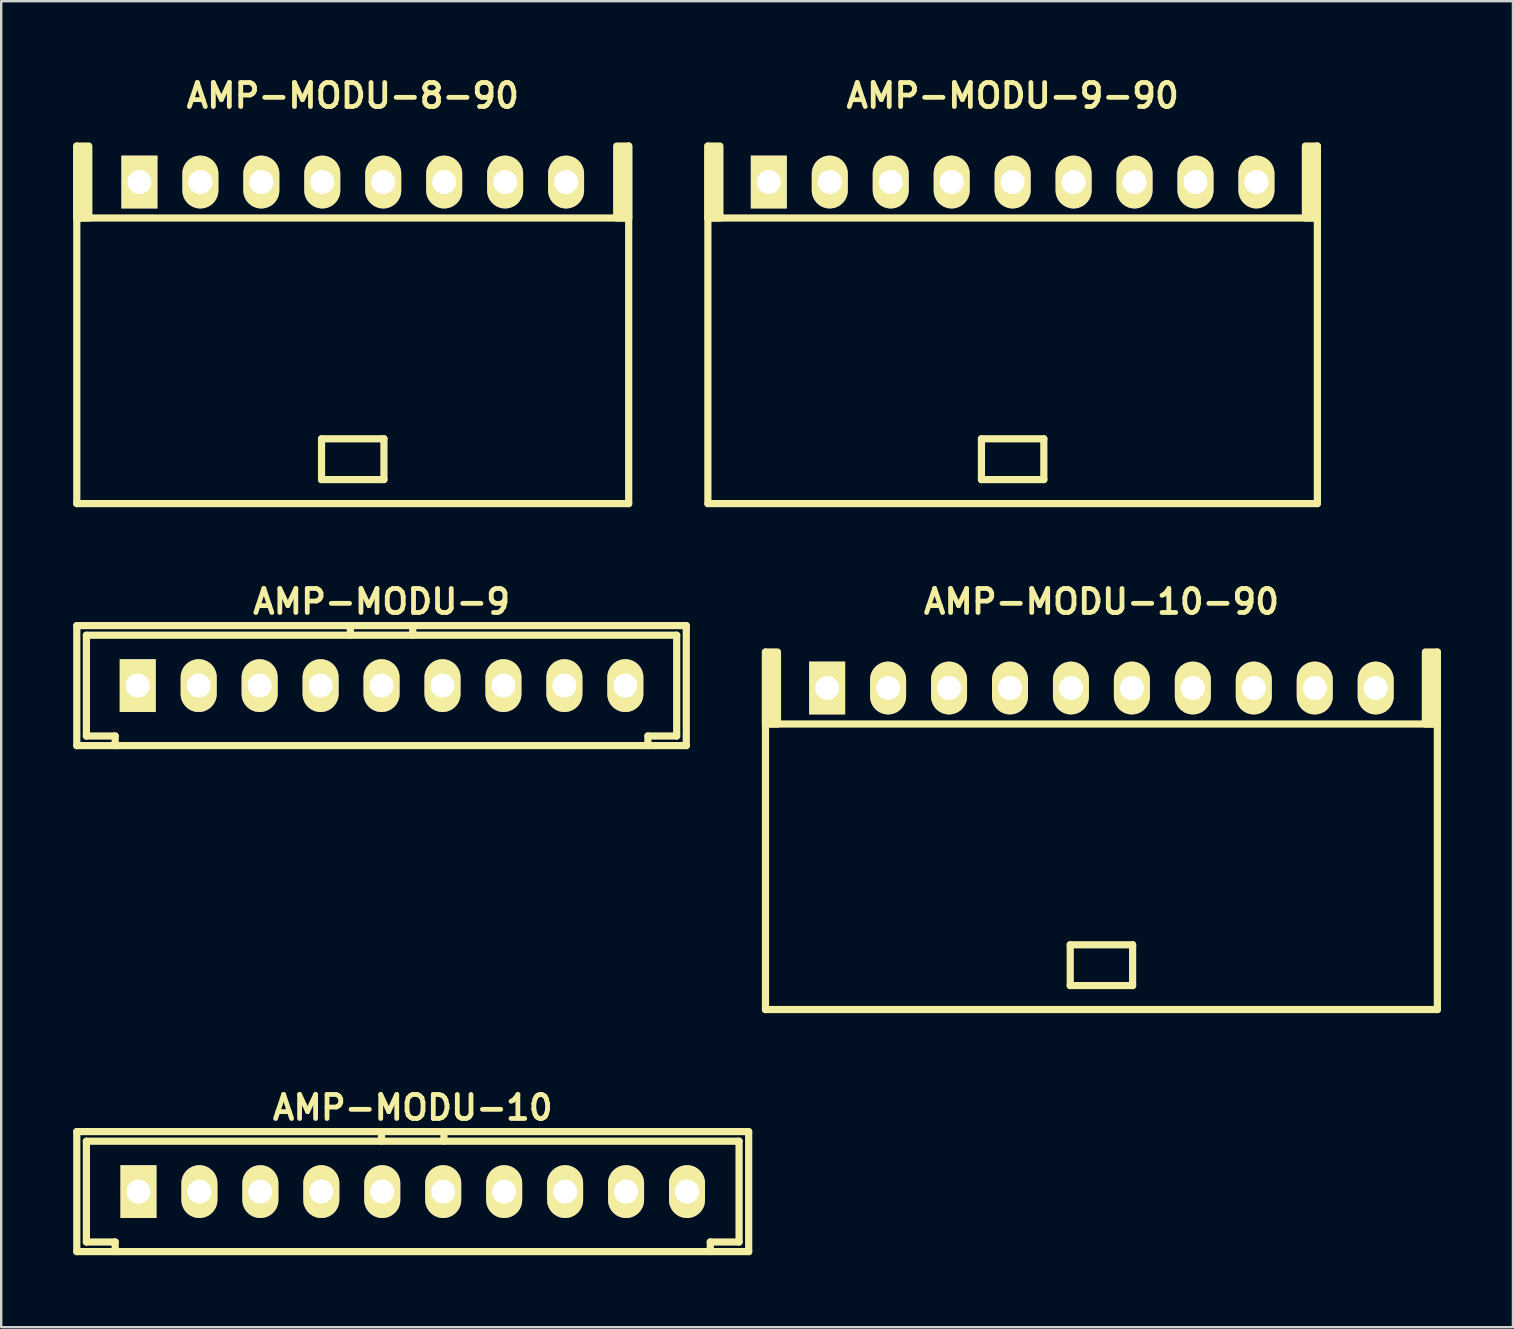
<source format=kicad_pcb>
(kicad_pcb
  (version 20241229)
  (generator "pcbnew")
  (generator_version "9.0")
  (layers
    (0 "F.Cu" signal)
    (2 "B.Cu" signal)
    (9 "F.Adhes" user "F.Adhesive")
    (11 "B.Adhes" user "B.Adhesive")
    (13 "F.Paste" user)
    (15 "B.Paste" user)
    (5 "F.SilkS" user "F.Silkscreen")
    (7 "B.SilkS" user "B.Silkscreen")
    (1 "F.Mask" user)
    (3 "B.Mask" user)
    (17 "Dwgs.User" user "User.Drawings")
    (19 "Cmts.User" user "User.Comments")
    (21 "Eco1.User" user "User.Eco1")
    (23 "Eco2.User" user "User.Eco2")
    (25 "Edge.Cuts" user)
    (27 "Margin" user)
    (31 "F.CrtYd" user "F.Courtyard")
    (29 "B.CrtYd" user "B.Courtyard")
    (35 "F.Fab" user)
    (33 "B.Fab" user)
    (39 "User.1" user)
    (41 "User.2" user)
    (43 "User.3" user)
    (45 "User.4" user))
  (footprint "AMP-MODU-9"
    (layer "F.Cu")
    (at 12.85 25.522)
    (property "Reference" "AMP-MODU-9" (at 0 -3.5 0) (layer "F.SilkS") (effects (font (size 1 1) (thickness 0.2))))
    (attr through_hole)
    (fp_line (start -12.7 -2.5) (end 12.7 -2.5) (stroke (width 0.3) (type solid)) (layer "F.SilkS"))
    (fp_line (start -12.7 2.5) (end -12.7 -2.5) (stroke (width 0.3) (type solid)) (layer "F.SilkS"))
    (fp_line (start -12.3 -2.1) (end -12.3 2.1) (stroke (width 0.3) (type solid)) (layer "F.SilkS"))
    (fp_line (start -12.3 -2.1) (end 12.3 -2.1) (stroke (width 0.3) (type solid)) (layer "F.SilkS"))
    (fp_line (start -11.1 2.1) (end -12.3 2.1) (stroke (width 0.3) (type solid)) (layer "F.SilkS"))
    (fp_line (start -11.1 2.1) (end -11.1 2.5) (stroke (width 0.3) (type solid)) (layer "F.SilkS"))
    (fp_line (start -1.3 -2.1) (end -1.3 -2.5) (stroke (width 0.3) (type solid)) (layer "F.SilkS"))
    (fp_line (start 1.3 -2.5) (end 1.3 -2.1) (stroke (width 0.3) (type solid)) (layer "F.SilkS"))
    (fp_line (start 11.1 2.5) (end 11.1 2.1) (stroke (width 0.3) (type solid)) (layer "F.SilkS"))
    (fp_line (start 12.3 2.1) (end 11.1 2.1) (stroke (width 0.3) (type solid)) (layer "F.SilkS"))
    (fp_line (start 12.3 2.1) (end 12.3 -2.1) (stroke (width 0.3) (type solid)) (layer "F.SilkS"))
    (fp_line (start 12.7 -2.5) (end 12.7 2.5) (stroke (width 0.3) (type solid)) (layer "F.SilkS"))
    (fp_line (start 12.7 2.5) (end -12.7 2.5) (stroke (width 0.3) (type solid)) (layer "F.SilkS"))
    (pad "1" thru_hole rect (at -10.16 0) (size 1.5 2.2) (drill 1) (layers "*.Cu" "*.Mask" "F.SilkS"))
    (pad "2" thru_hole oval (at -7.62 0) (size 1.5 2.2) (drill 1) (layers "*.Cu" "*.Mask" "F.SilkS"))
    (pad "3" thru_hole oval (at -5.08 0) (size 1.5 2.2) (drill 1) (layers "*.Cu" "*.Mask" "F.SilkS"))
    (pad "4" thru_hole oval (at -2.54 0) (size 1.5 2.2) (drill 1) (layers "*.Cu" "*.Mask" "F.SilkS"))
    (pad "5" thru_hole oval (at 0 0) (size 1.5 2.2) (drill 1) (layers "*.Cu" "*.Mask" "F.SilkS"))
    (pad "6" thru_hole oval (at 2.54 0) (size 1.5 2.2) (drill 1) (layers "*.Cu" "*.Mask" "F.SilkS"))
    (pad "7" thru_hole oval (at 5.08 0) (size 1.5 2.2) (drill 1) (layers "*.Cu" "*.Mask" "F.SilkS"))
    (pad "8" thru_hole oval (at 7.62 0) (size 1.5 2.2) (drill 1) (layers "*.Cu" "*.Mask" "F.SilkS"))
    (pad "9" thru_hole oval (at 10.16 0) (size 1.5 2.2) (drill 1) (layers "*.Cu" "*.Mask" "F.SilkS")))
  (footprint "AMP-MODU-8-90"
    (layer "F.Cu")
    (at 11.65 4.536)
    (property "Reference" "AMP-MODU-8-90" (at 0 -3.6 0) (layer "F.SilkS") (effects (font (size 1 1) (thickness 0.2))))
    (attr through_hole)
    (fp_line (start -11.5 -1.5) (end -11.5 13.4) (stroke (width 0.3) (type solid)) (layer "F.SilkS"))
    (fp_line (start -11.5 1.5) (end 11.5 1.5) (stroke (width 0.3) (type solid)) (layer "F.SilkS"))
    (fp_line (start -1.3 10.7) (end -1.3 12.4) (stroke (width 0.3) (type solid)) (layer "F.SilkS"))
    (fp_line (start -1.3 10.7) (end 1.3 10.7) (stroke (width 0.3) (type solid)) (layer "F.SilkS"))
    (fp_line (start -1.3 12.4) (end 1.3 12.4) (stroke (width 0.3) (type solid)) (layer "F.SilkS"))
    (fp_line (start 1.3 10.7) (end 1.3 12.4) (stroke (width 0.3) (type solid)) (layer "F.SilkS"))
    (fp_line (start 11.5 -1.5) (end 11.5 13.4) (stroke (width 0.3) (type solid)) (layer "F.SilkS"))
    (fp_line (start 11.5 13.4) (end -11.5 13.4) (stroke (width 0.3) (type solid)) (layer "F.SilkS"))
    (fp_poly (pts (xy -11 1.5) (xy -11.5 1.5) (xy -11.5 -1.5) (xy -11 -1.5)) (stroke (width 0.3) (type solid)) (fill yes) (layer "F.SilkS"))
    (fp_poly (pts (xy 11.5 1.5) (xy 11 1.5) (xy 11 -1.5) (xy 11.5 -1.5)) (stroke (width 0.3) (type solid)) (fill yes) (layer "F.SilkS"))
    (pad "1" thru_hole rect (at -8.89 0) (size 1.5 2.2) (drill 1) (layers "*.Cu" "*.Mask" "F.SilkS"))
    (pad "2" thru_hole oval (at -6.35 0) (size 1.5 2.2) (drill 1) (layers "*.Cu" "*.Mask" "F.SilkS"))
    (pad "3" thru_hole oval (at -3.81 0) (size 1.5 2.2) (drill 1) (layers "*.Cu" "*.Mask" "F.SilkS"))
    (pad "4" thru_hole oval (at -1.27 0) (size 1.5 2.2) (drill 1) (layers "*.Cu" "*.Mask" "F.SilkS"))
    (pad "5" thru_hole oval (at 1.27 0) (size 1.5 2.2) (drill 1) (layers "*.Cu" "*.Mask" "F.SilkS"))
    (pad "6" thru_hole oval (at 3.81 0) (size 1.5 2.2) (drill 1) (layers "*.Cu" "*.Mask" "F.SilkS"))
    (pad "7" thru_hole oval (at 6.35 0) (size 1.5 2.2) (drill 1) (layers "*.Cu" "*.Mask" "F.SilkS"))
    (pad "8" thru_hole oval (at 8.89 0) (size 1.5 2.2) (drill 1) (layers "*.Cu" "*.Mask" "F.SilkS")))
  (footprint "AMP-MODU-10-90"
    (layer "F.Cu")
    (at 42.85 25.622)
    (property "Reference" "AMP-MODU-10-90" (at 0 -3.6 0) (layer "F.SilkS") (effects (font (size 1 1) (thickness 0.2))))
    (attr through_hole)
    (fp_line (start -14 -1.5) (end -14 13.4) (stroke (width 0.3) (type solid)) (layer "F.SilkS"))
    (fp_line (start -1.3 10.7) (end -1.3 12.4) (stroke (width 0.3) (type solid)) (layer "F.SilkS"))
    (fp_line (start -1.3 10.7) (end 1.3 10.7) (stroke (width 0.3) (type solid)) (layer "F.SilkS"))
    (fp_line (start -1.3 12.4) (end 1.3 12.4) (stroke (width 0.3) (type solid)) (layer "F.SilkS"))
    (fp_line (start 1.3 10.7) (end 1.3 12.4) (stroke (width 0.3) (type solid)) (layer "F.SilkS"))
    (fp_line (start 14 -1.5) (end 14 13.4) (stroke (width 0.3) (type solid)) (layer "F.SilkS"))
    (fp_line (start 14 1.5) (end -14 1.5) (stroke (width 0.3) (type solid)) (layer "F.SilkS"))
    (fp_line (start 14 13.4) (end -14 13.4) (stroke (width 0.3) (type solid)) (layer "F.SilkS"))
    (fp_poly (pts (xy -13.5 1.5) (xy -14 1.5) (xy -14 -1.5) (xy -13.5 -1.5)) (stroke (width 0.3) (type solid)) (fill yes) (layer "F.SilkS"))
    (fp_poly (pts (xy 14 1.5) (xy 13.5 1.5) (xy 13.5 -1.5) (xy 14 -1.5)) (stroke (width 0.3) (type solid)) (fill yes) (layer "F.SilkS"))
    (pad "1" thru_hole rect (at -11.43 0) (size 1.5 2.2) (drill 1) (layers "*.Cu" "*.Mask" "F.SilkS"))
    (pad "2" thru_hole oval (at -8.89 0) (size 1.5 2.2) (drill 1) (layers "*.Cu" "*.Mask" "F.SilkS"))
    (pad "3" thru_hole oval (at -6.35 0) (size 1.5 2.2) (drill 1) (layers "*.Cu" "*.Mask" "F.SilkS"))
    (pad "4" thru_hole oval (at -3.81 0) (size 1.5 2.2) (drill 1) (layers "*.Cu" "*.Mask" "F.SilkS"))
    (pad "5" thru_hole oval (at -1.27 0) (size 1.5 2.2) (drill 1) (layers "*.Cu" "*.Mask" "F.SilkS"))
    (pad "6" thru_hole oval (at 1.27 0) (size 1.5 2.2) (drill 1) (layers "*.Cu" "*.Mask" "F.SilkS"))
    (pad "7" thru_hole oval (at 3.81 0) (size 1.5 2.2) (drill 1) (layers "*.Cu" "*.Mask" "F.SilkS"))
    (pad "8" thru_hole oval (at 6.35 0) (size 1.5 2.2) (drill 1) (layers "*.Cu" "*.Mask" "F.SilkS"))
    (pad "9" thru_hole oval (at 8.89 0) (size 1.5 2.2) (drill 1) (layers "*.Cu" "*.Mask" "F.SilkS"))
    (pad "10" thru_hole oval (at 11.43 0) (size 1.5 2.2) (drill 1) (layers "*.Cu" "*.Mask" "F.SilkS")))
  (footprint "AMP-MODU-9-90"
    (layer "F.Cu")
    (at 39.15 4.536)
    (property "Reference" "AMP-MODU-9-90" (at 0 -3.6 0) (layer "F.SilkS") (effects (font (size 1 1) (thickness 0.2))))
    (attr through_hole)
    (fp_line (start -12.7 -1.5) (end -12.7 13.4) (stroke (width 0.3) (type solid)) (layer "F.SilkS"))
    (fp_line (start -12.7 1.5) (end 12.7 1.5) (stroke (width 0.3) (type solid)) (layer "F.SilkS"))
    (fp_line (start -1.3 10.7) (end -1.3 12.4) (stroke (width 0.3) (type solid)) (layer "F.SilkS"))
    (fp_line (start -1.3 10.7) (end 1.3 10.7) (stroke (width 0.3) (type solid)) (layer "F.SilkS"))
    (fp_line (start -1.3 12.4) (end 1.3 12.4) (stroke (width 0.3) (type solid)) (layer "F.SilkS"))
    (fp_line (start 1.3 10.7) (end 1.3 12.4) (stroke (width 0.3) (type solid)) (layer "F.SilkS"))
    (fp_line (start 12.7 -1.5) (end 12.7 13.4) (stroke (width 0.3) (type solid)) (layer "F.SilkS"))
    (fp_line (start 12.7 13.4) (end -12.7 13.4) (stroke (width 0.3) (type solid)) (layer "F.SilkS"))
    (fp_poly (pts (xy -12.2 1.5) (xy -12.7 1.5) (xy -12.7 -1.5) (xy -12.2 -1.5)) (stroke (width 0.3) (type solid)) (fill yes) (layer "F.SilkS"))
    (fp_poly (pts (xy 12.7 1.5) (xy 12.2 1.5) (xy 12.2 -1.5) (xy 12.7 -1.5)) (stroke (width 0.3) (type solid)) (fill yes) (layer "F.SilkS"))
    (pad "1" thru_hole rect (at -10.16 0) (size 1.5 2.2) (drill 1) (layers "*.Cu" "*.Mask" "F.SilkS"))
    (pad "2" thru_hole oval (at -7.62 0) (size 1.5 2.2) (drill 1) (layers "*.Cu" "*.Mask" "F.SilkS"))
    (pad "3" thru_hole oval (at -5.08 0) (size 1.5 2.2) (drill 1) (layers "*.Cu" "*.Mask" "F.SilkS"))
    (pad "4" thru_hole oval (at -2.54 0) (size 1.5 2.2) (drill 1) (layers "*.Cu" "*.Mask" "F.SilkS"))
    (pad "5" thru_hole oval (at 0 0) (size 1.5 2.2) (drill 1) (layers "*.Cu" "*.Mask" "F.SilkS"))
    (pad "6" thru_hole oval (at 2.54 0) (size 1.5 2.2) (drill 1) (layers "*.Cu" "*.Mask" "F.SilkS"))
    (pad "7" thru_hole oval (at 5.08 0) (size 1.5 2.2) (drill 1) (layers "*.Cu" "*.Mask" "F.SilkS"))
    (pad "8" thru_hole oval (at 7.62 0) (size 1.5 2.2) (drill 1) (layers "*.Cu" "*.Mask" "F.SilkS"))
    (pad "9" thru_hole oval (at 10.16 0) (size 1.5 2.2) (drill 1) (layers "*.Cu" "*.Mask" "F.SilkS")))
  (footprint "AMP-MODU-10"
    (layer "F.Cu")
    (at 14.15 46.608)
    (property "Reference" "AMP-MODU-10" (at 0 -3.5 0) (layer "F.SilkS") (effects (font (size 1 1) (thickness 0.2))))
    (attr through_hole)
    (fp_line (start -14 -2.5) (end 14 -2.5) (stroke (width 0.3) (type solid)) (layer "F.SilkS"))
    (fp_line (start -14 2.5) (end -14 -2.5) (stroke (width 0.3) (type solid)) (layer "F.SilkS"))
    (fp_line (start -13.6 -2.1) (end -13.6 2.1) (stroke (width 0.3) (type solid)) (layer "F.SilkS"))
    (fp_line (start -13.6 -2.1) (end 13.6 -2.1) (stroke (width 0.3) (type solid)) (layer "F.SilkS"))
    (fp_line (start -12.4 2.1) (end -13.6 2.1) (stroke (width 0.3) (type solid)) (layer "F.SilkS"))
    (fp_line (start -12.4 2.1) (end -12.4 2.5) (stroke (width 0.3) (type solid)) (layer "F.SilkS"))
    (fp_line (start -1.3 -2.1) (end -1.3 -2.5) (stroke (width 0.3) (type solid)) (layer "F.SilkS"))
    (fp_line (start 1.3 -2.5) (end 1.3 -2.1) (stroke (width 0.3) (type solid)) (layer "F.SilkS"))
    (fp_line (start 12.4 2.5) (end 12.4 2.1) (stroke (width 0.3) (type solid)) (layer "F.SilkS"))
    (fp_line (start 13.6 2.1) (end 12.4 2.1) (stroke (width 0.3) (type solid)) (layer "F.SilkS"))
    (fp_line (start 13.6 2.1) (end 13.6 -2.1) (stroke (width 0.3) (type solid)) (layer "F.SilkS"))
    (fp_line (start 14 -2.5) (end 14 2.5) (stroke (width 0.3) (type solid)) (layer "F.SilkS"))
    (fp_line (start 14 2.5) (end -14 2.5) (stroke (width 0.3) (type solid)) (layer "F.SilkS"))
    (pad "1" thru_hole rect (at -11.43 0) (size 1.5 2.2) (drill 1) (layers "*.Cu" "*.Mask" "F.SilkS"))
    (pad "2" thru_hole oval (at -8.89 0) (size 1.5 2.2) (drill 1) (layers "*.Cu" "*.Mask" "F.SilkS"))
    (pad "3" thru_hole oval (at -6.35 0) (size 1.5 2.2) (drill 1) (layers "*.Cu" "*.Mask" "F.SilkS"))
    (pad "4" thru_hole oval (at -3.81 0) (size 1.5 2.2) (drill 1) (layers "*.Cu" "*.Mask" "F.SilkS"))
    (pad "5" thru_hole oval (at -1.27 0) (size 1.5 2.2) (drill 1) (layers "*.Cu" "*.Mask" "F.SilkS"))
    (pad "6" thru_hole oval (at 1.27 0) (size 1.5 2.2) (drill 1) (layers "*.Cu" "*.Mask" "F.SilkS"))
    (pad "7" thru_hole oval (at 3.81 0) (size 1.5 2.2) (drill 1) (layers "*.Cu" "*.Mask" "F.SilkS"))
    (pad "8" thru_hole oval (at 6.35 0) (size 1.5 2.2) (drill 1) (layers "*.Cu" "*.Mask" "F.SilkS"))
    (pad "9" thru_hole oval (at 8.89 0) (size 1.5 2.2) (drill 1) (layers "*.Cu" "*.Mask" "F.SilkS"))
    (pad "10" thru_hole oval (at 11.43 0) (size 1.5 2.2) (drill 1) (layers "*.Cu" "*.Mask" "F.SilkS")))
  (gr_rect
    (start -3 -3)
    (end 60 52.258)
    (stroke (width 0.1) (type default))
    (fill no)
    (layer "Edge.Cuts")))
</source>
